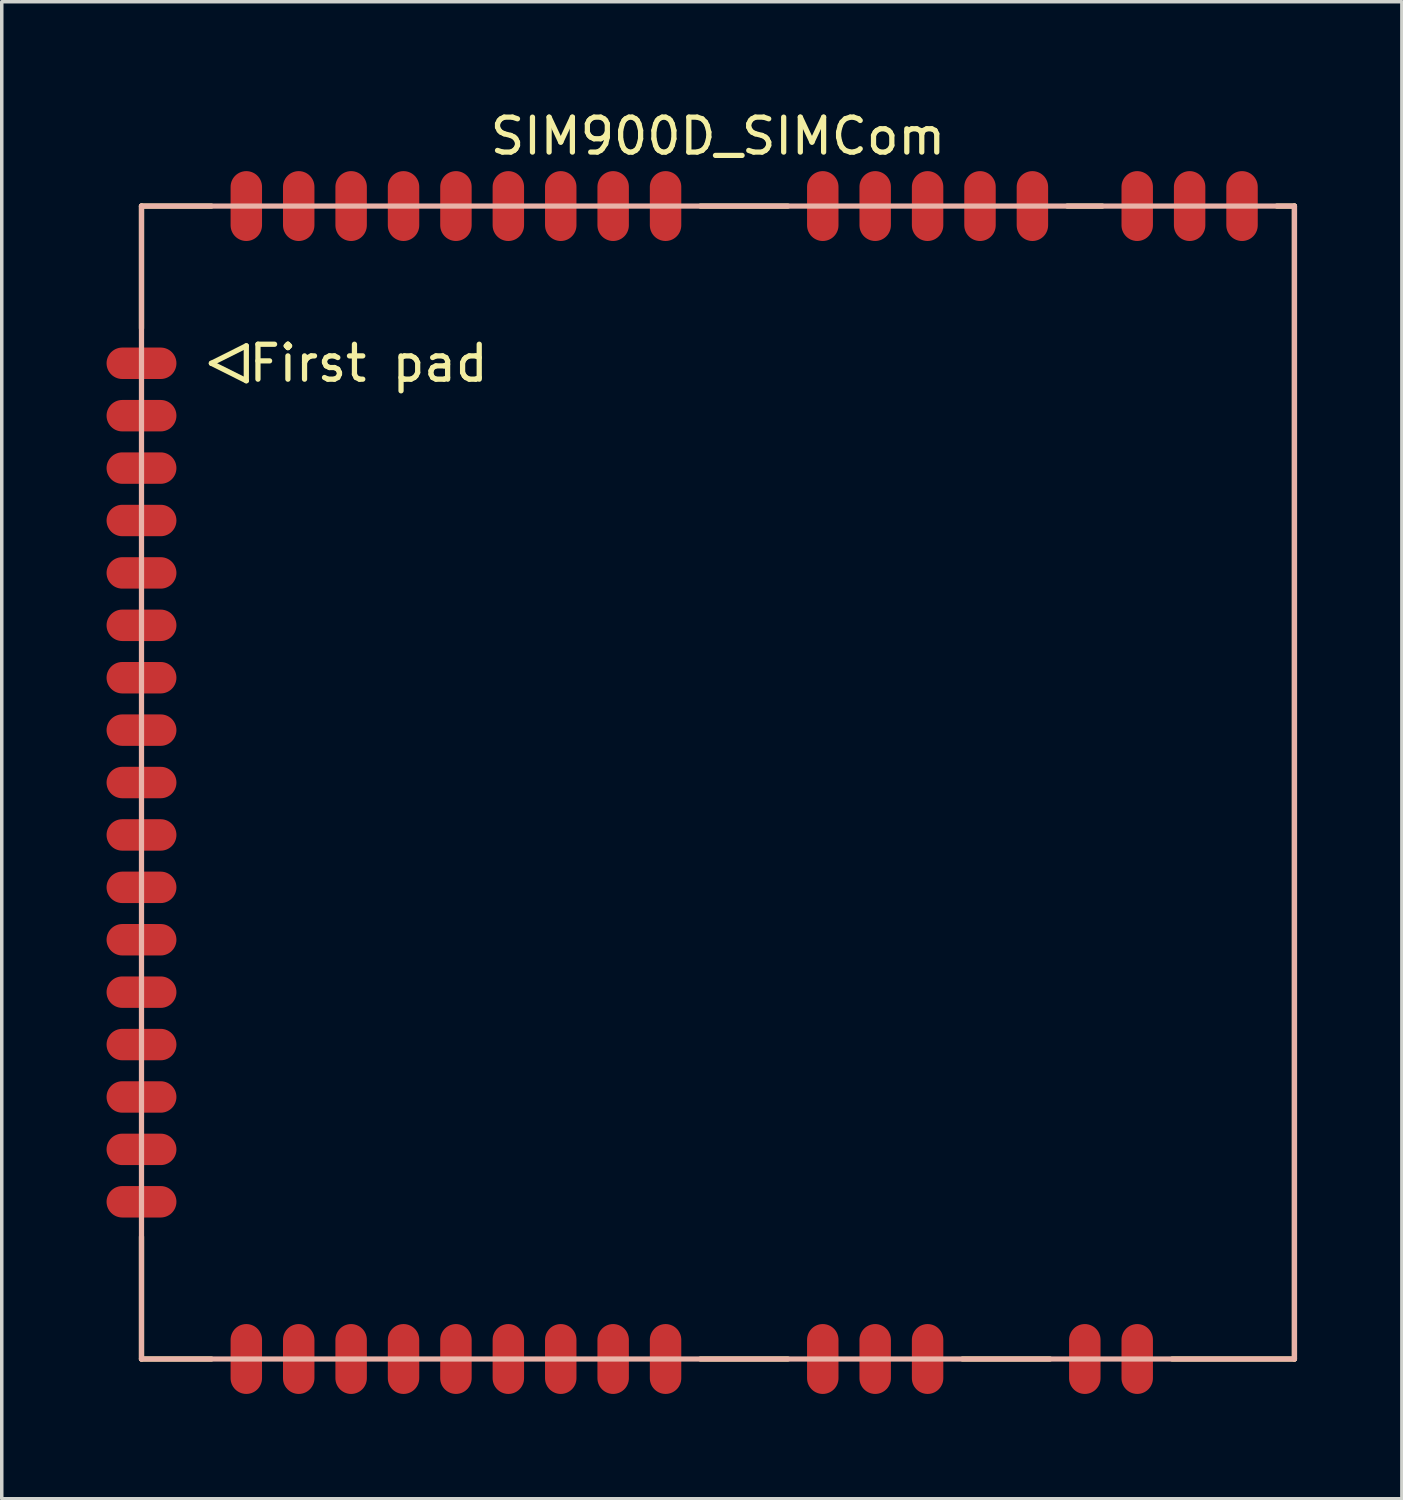
<source format=kicad_pcb>
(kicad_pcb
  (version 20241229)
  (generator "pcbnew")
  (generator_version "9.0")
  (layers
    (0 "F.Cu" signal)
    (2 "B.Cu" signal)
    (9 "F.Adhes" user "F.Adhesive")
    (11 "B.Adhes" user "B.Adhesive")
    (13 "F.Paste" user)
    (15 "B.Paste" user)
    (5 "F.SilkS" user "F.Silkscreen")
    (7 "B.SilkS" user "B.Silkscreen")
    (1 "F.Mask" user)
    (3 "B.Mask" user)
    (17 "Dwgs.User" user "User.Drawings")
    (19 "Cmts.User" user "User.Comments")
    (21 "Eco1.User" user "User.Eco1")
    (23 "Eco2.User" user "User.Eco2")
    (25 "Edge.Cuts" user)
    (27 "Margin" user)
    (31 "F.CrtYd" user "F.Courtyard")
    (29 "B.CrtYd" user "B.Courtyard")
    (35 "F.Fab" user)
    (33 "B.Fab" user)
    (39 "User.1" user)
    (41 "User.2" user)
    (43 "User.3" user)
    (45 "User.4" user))
  (footprint "SIM900D_SIMCom"
    (layer "F.Cu")
    (at 17.5 19.348)
    (property "Reference" "SIM900D_SIMCom" (at 0 -18.5 0) (layer "F.SilkS") (effects (font (size 1 1) (thickness 0.15))))
    (attr through_hole)
    (fp_line (start -16.5 -16.5) (end -16.5 -13) (stroke (width 0.15) (type solid)) (layer "F.SilkS"))
    (fp_line (start -16.5 13) (end -16.5 16.5) (stroke (width 0.15) (type solid)) (layer "F.SilkS"))
    (fp_line (start -16.5 16.5) (end -14.5 16.5) (stroke (width 0.15) (type solid)) (layer "F.SilkS"))
    (fp_line (start -14.5 -16.5) (end -16.5 -16.5) (stroke (width 0.15) (type solid)) (layer "F.SilkS"))
    (fp_line (start -14.5 -12) (end -13.5 -12.5) (stroke (width 0.15) (type solid)) (layer "F.SilkS"))
    (fp_line (start -13.5 -12.5) (end -13.5 -11.5) (stroke (width 0.15) (type solid)) (layer "F.SilkS"))
    (fp_line (start -13.5 -11.5) (end -14.5 -12) (stroke (width 0.15) (type solid)) (layer "F.SilkS"))
    (fp_line (start 2 -16.5) (end -0.5 -16.5) (stroke (width 0.15) (type solid)) (layer "F.SilkS"))
    (fp_line (start 2 16.5) (end -0.5 16.5) (stroke (width 0.15) (type solid)) (layer "F.SilkS"))
    (fp_line (start 7 16.5) (end 9.5 16.5) (stroke (width 0.15) (type solid)) (layer "F.SilkS"))
    (fp_line (start 11 -16.5) (end 10 -16.5) (stroke (width 0.15) (type solid)) (layer "F.SilkS"))
    (fp_line (start 16 -16.5) (end 16.5 -16.5) (stroke (width 0.15) (type solid)) (layer "F.SilkS"))
    (fp_line (start 16.5 -16.5) (end 16.5 16.5) (stroke (width 0.15) (type solid)) (layer "F.SilkS"))
    (fp_line (start 16.5 16.5) (end 13 16.5) (stroke (width 0.15) (type solid)) (layer "F.SilkS"))
    (fp_line (start -16.5 -16.5) (end 16.5 -16.5) (stroke (width 0.15) (type solid)) (layer "B.SilkS"))
    (fp_line (start -16.5 16.5) (end -16.5 -16.5) (stroke (width 0.15) (type solid)) (layer "B.SilkS"))
    (fp_line (start 16.5 -16.5) (end 16.5 16.5) (stroke (width 0.15) (type solid)) (layer "B.SilkS"))
    (fp_line (start 16.5 16.5) (end -16.5 16.5) (stroke (width 0.15) (type solid)) (layer "B.SilkS"))
    (fp_line (start -13.45 0.75) (end -13.45 11.05) (stroke (width 0.15) (type solid)) (layer "Eco1.User"))
    (fp_line (start -13.45 11.05) (end -11.15 11.05) (stroke (width 0.15) (type solid)) (layer "Eco1.User"))
    (fp_line (start -11.15 0.75) (end -13.45 0.75) (stroke (width 0.15) (type solid)) (layer "Eco1.User"))
    (fp_line (start -11.15 11.05) (end -11.15 0.75) (stroke (width 0.15) (type solid)) (layer "Eco1.User"))
    (fp_line (start -4.61 -13.7) (end -4.61 -10.7) (stroke (width 0.15) (type solid)) (layer "Eco1.User"))
    (fp_line (start -4.61 -13.7) (end -1.31 -13.7) (stroke (width 0.15) (type solid)) (layer "Eco1.User"))
    (fp_line (start -1.31 -13.7) (end -1.31 -10.7) (stroke (width 0.15) (type solid)) (layer "Eco1.User"))
    (fp_line (start -1.31 -10.7) (end -4.61 -10.7) (stroke (width 0.15) (type solid)) (layer "Eco1.User"))
    (fp_line (start -0.41 -13.7) (end -0.41 -10.7) (stroke (width 0.15) (type solid)) (layer "Eco1.User"))
    (fp_line (start -0.41 -13.7) (end 2.89 -13.7) (stroke (width 0.15) (type solid)) (layer "Eco1.User"))
    (fp_line (start 2.89 -13.7) (end 2.89 -10.7) (stroke (width 0.15) (type solid)) (layer "Eco1.User"))
    (fp_line (start 2.89 -10.7) (end -0.41 -10.7) (stroke (width 0.15) (type solid)) (layer "Eco1.User"))
    (fp_circle (center 12.75 -11.23) (end 15.5 -11.23) (stroke (width 0.15) (type solid)) (fill no) (layer "Eco1.User"))
    (fp_text user "First pad" (at -10 -12 0) (layer "F.SilkS") (effects (font (size 1 1) (thickness 0.15))))
    (pad "1" smd oval (at -16.5 -12) (size 2 0.9) (layers "F.Cu" "F.Mask" "F.Paste"))
    (pad "2" smd oval (at -16.5 -10.5) (size 2 0.9) (layers "F.Cu" "F.Mask" "F.Paste"))
    (pad "3" smd oval (at -16.5 -9) (size 2 0.9) (layers "F.Cu" "F.Mask" "F.Paste"))
    (pad "4" smd oval (at -16.5 -7.5) (size 2 0.9) (layers "F.Cu" "F.Mask" "F.Paste"))
    (pad "5" smd oval (at -16.5 -6) (size 2 0.9) (layers "F.Cu" "F.Mask" "F.Paste"))
    (pad "6" smd oval (at -16.5 -4.5) (size 2 0.9) (layers "F.Cu" "F.Mask" "F.Paste"))
    (pad "7" smd oval (at -16.5 -3) (size 2 0.9) (layers "F.Cu" "F.Mask" "F.Paste"))
    (pad "8" smd oval (at -16.5 -1.5) (size 2 0.9) (layers "F.Cu" "F.Mask" "F.Paste"))
    (pad "9" smd oval (at -16.5 0) (size 2 0.9) (layers "F.Cu" "F.Mask" "F.Paste"))
    (pad "10" smd oval (at -16.5 1.5) (size 2 0.9) (layers "F.Cu" "F.Mask" "F.Paste"))
    (pad "11" smd oval (at -16.5 3) (size 2 0.9) (layers "F.Cu" "F.Mask" "F.Paste"))
    (pad "12" smd oval (at -16.5 4.5) (size 2 0.9) (layers "F.Cu" "F.Mask" "F.Paste"))
    (pad "13" smd oval (at -16.5 6) (size 2 0.9) (layers "F.Cu" "F.Mask" "F.Paste"))
    (pad "14" smd oval (at -16.5 7.5) (size 2 0.9) (layers "F.Cu" "F.Mask" "F.Paste"))
    (pad "15" smd oval (at -16.5 9) (size 2 0.9) (layers "F.Cu" "F.Mask" "F.Paste"))
    (pad "16" smd oval (at -16.5 10.5) (size 2 0.9) (layers "F.Cu" "F.Mask" "F.Paste"))
    (pad "17" smd oval (at -16.5 12) (size 2 0.9) (layers "F.Cu" "F.Mask" "F.Paste"))
    (pad "18" smd oval (at -13.5 16.5) (size 0.9 2) (layers "F.Cu" "F.Mask" "F.Paste"))
    (pad "19" smd oval (at -12 16.5) (size 0.9 2) (layers "F.Cu" "F.Mask" "F.Paste"))
    (pad "20" smd oval (at -10.5 16.5) (size 0.9 2) (layers "F.Cu" "F.Mask" "F.Paste"))
    (pad "21" smd oval (at -9 16.5) (size 0.9 2) (layers "F.Cu" "F.Mask" "F.Paste"))
    (pad "22" smd oval (at -7.5 16.5) (size 0.9 2) (layers "F.Cu" "F.Mask" "F.Paste"))
    (pad "23" smd oval (at -6 16.5) (size 0.9 2) (layers "F.Cu" "F.Mask" "F.Paste"))
    (pad "24" smd oval (at -4.5 16.5) (size 0.9 2) (layers "F.Cu" "F.Mask" "F.Paste"))
    (pad "25" smd oval (at -3 16.5) (size 0.9 2) (layers "F.Cu" "F.Mask" "F.Paste"))
    (pad "26" smd oval (at -1.5 16.5) (size 0.9 2) (layers "F.Cu" "F.Mask" "F.Paste"))
    (pad "27" smd oval (at 3 16.5) (size 0.9 2) (layers "F.Cu" "F.Mask" "F.Paste"))
    (pad "28" smd oval (at 4.5 16.5) (size 0.9 2) (layers "F.Cu" "F.Mask" "F.Paste"))
    (pad "29" smd oval (at 6 16.5) (size 0.9 2) (layers "F.Cu" "F.Mask" "F.Paste"))
    (pad "30" smd oval (at 10.5 16.5) (size 0.9 2) (layers "F.Cu" "F.Mask" "F.Paste"))
    (pad "31" smd oval (at 12 16.5) (size 0.9 2) (layers "F.Cu" "F.Mask" "F.Paste"))
    (pad "32" smd oval (at 15 -16.5) (size 0.9 2) (layers "F.Cu" "F.Mask" "F.Paste"))
    (pad "33" smd oval (at 13.5 -16.5) (size 0.9 2) (layers "F.Cu" "F.Mask" "F.Paste"))
    (pad "34" smd oval (at 12 -16.5) (size 0.9 2) (layers "F.Cu" "F.Mask" "F.Paste"))
    (pad "35" smd oval (at 9 -16.5) (size 0.9 2) (layers "F.Cu" "F.Mask" "F.Paste"))
    (pad "36" smd oval (at 7.5 -16.5) (size 0.9 2) (layers "F.Cu" "F.Mask" "F.Paste"))
    (pad "37" smd oval (at 6 -16.5) (size 0.9 2) (layers "F.Cu" "F.Mask" "F.Paste"))
    (pad "38" smd oval (at 4.5 -16.5) (size 0.9 2) (layers "F.Cu" "F.Mask" "F.Paste"))
    (pad "39" smd oval (at 3 -16.5) (size 0.9 2) (layers "F.Cu" "F.Mask" "F.Paste"))
    (pad "40" smd oval (at -1.5 -16.5) (size 0.9 2) (layers "F.Cu" "F.Mask" "F.Paste"))
    (pad "41" smd oval (at -3 -16.5) (size 0.9 2) (layers "F.Cu" "F.Mask" "F.Paste"))
    (pad "42" smd oval (at -4.5 -16.5) (size 0.9 2) (layers "F.Cu" "F.Mask" "F.Paste"))
    (pad "43" smd oval (at -6 -16.5) (size 0.9 2) (layers "F.Cu" "F.Mask" "F.Paste"))
    (pad "44" smd oval (at -7.5 -16.5) (size 0.9 2) (layers "F.Cu" "F.Mask" "F.Paste"))
    (pad "45" smd oval (at -9 -16.5) (size 0.9 2) (layers "F.Cu" "F.Mask" "F.Paste"))
    (pad "46" smd oval (at -10.5 -16.5) (size 0.9 2) (layers "F.Cu" "F.Mask" "F.Paste"))
    (pad "47" smd oval (at -12 -16.5) (size 0.9 2) (layers "F.Cu" "F.Mask" "F.Paste"))
    (pad "48" smd oval (at -13.5 -16.5) (size 0.9 2) (layers "F.Cu" "F.Mask" "F.Paste")))
  (gr_rect
    (start -3 -3)
    (end 37.075 39.848)
    (stroke (width 0.1) (type default))
    (fill no)
    (layer "Edge.Cuts")))
</source>
